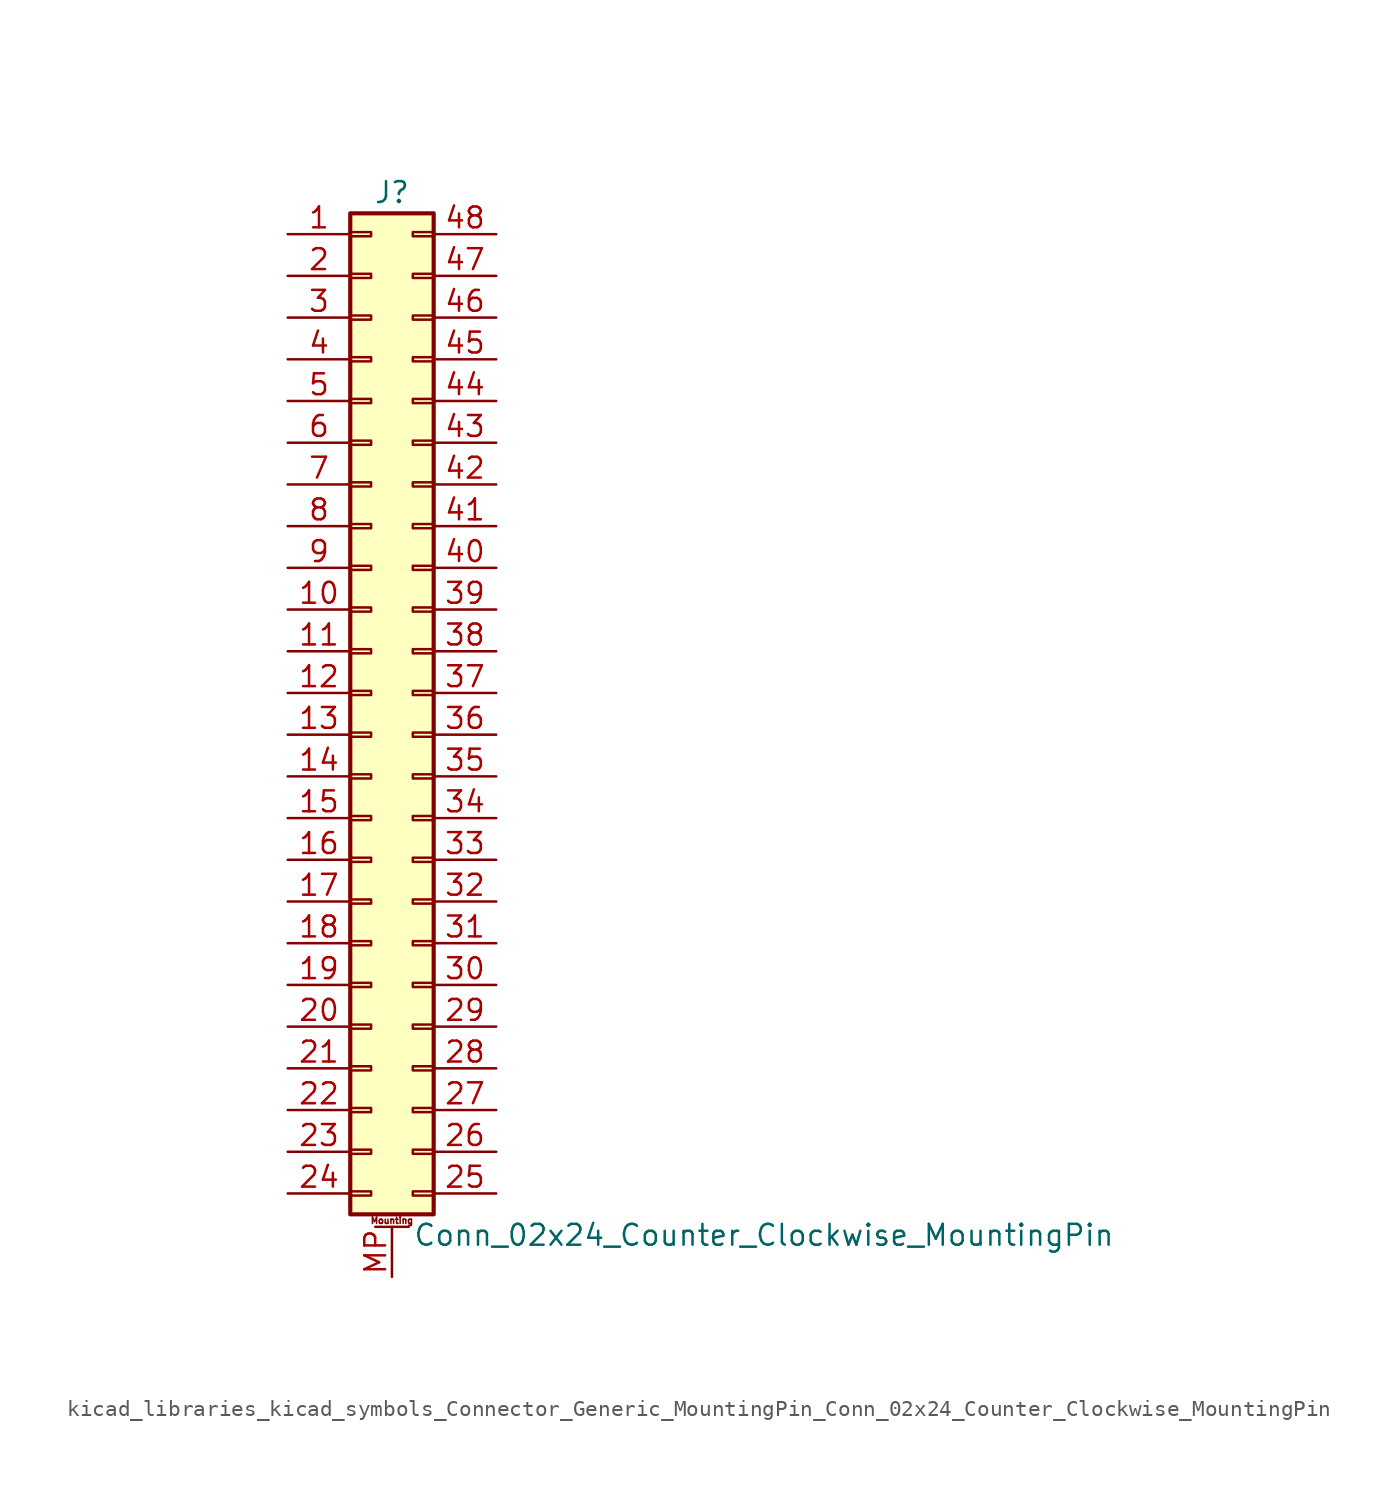
<source format=kicad_sym>
(kicad_symbol_lib
  (version 20220914)
  (generator kicad_symbol_editor)
  (symbol "kicad_libraries_kicad_symbols_Connector_Generic_MountingPin_Conn_02x24_Counter_Clockwise_MountingPin"
    (pin_names
      (offset 1.016) hide)
    (property "Reference" "J"
      (at 1.27 30.48 0)
      (effects (font (size 1.27 1.27))))
    (property "Value" "Conn_02x24_Counter_Clockwise_MountingPin"
      (at 2.54 -33.02 0)
      (effects (font (size 1.27 1.27)) (justify left)))
    (symbol "kicad_libraries_kicad_symbols_Connector_Generic_MountingPin_Conn_02x24_Counter_Clockwise_MountingPin_1_1"
      (rectangle (start -1.27 -30.353) (end 0 -30.607) (stroke (width 0.152) (type default)) (fill (type none)))
      (rectangle (start -1.27 -27.813) (end 0 -28.067) (stroke (width 0.152) (type default)) (fill (type none)))
      (rectangle (start -1.27 -25.273) (end 0 -25.527) (stroke (width 0.152) (type default)) (fill (type none)))
      (rectangle (start -1.27 -22.733) (end 0 -22.987) (stroke (width 0.152) (type default)) (fill (type none)))
      (rectangle (start -1.27 -20.193) (end 0 -20.447) (stroke (width 0.152) (type default)) (fill (type none)))
      (rectangle (start -1.27 -17.653) (end 0 -17.907) (stroke (width 0.152) (type default)) (fill (type none)))
      (rectangle (start -1.27 -15.113) (end 0 -15.367) (stroke (width 0.152) (type default)) (fill (type none)))
      (rectangle (start -1.27 -12.573) (end 0 -12.827) (stroke (width 0.152) (type default)) (fill (type none)))
      (rectangle (start -1.27 -10.033) (end 0 -10.287) (stroke (width 0.152) (type default)) (fill (type none)))
      (rectangle (start -1.27 -7.493) (end 0 -7.747) (stroke (width 0.152) (type default)) (fill (type none)))
      (rectangle (start -1.27 -4.953) (end 0 -5.207) (stroke (width 0.152) (type default)) (fill (type none)))
      (rectangle (start -1.27 -2.413) (end 0 -2.667) (stroke (width 0.152) (type default)) (fill (type none)))
      (rectangle (start -1.27 0.127) (end 0 -0.127) (stroke (width 0.152) (type default)) (fill (type none)))
      (rectangle (start -1.27 2.667) (end 0 2.413) (stroke (width 0.152) (type default)) (fill (type none)))
      (rectangle (start -1.27 5.207) (end 0 4.953) (stroke (width 0.152) (type default)) (fill (type none)))
      (rectangle (start -1.27 7.747) (end 0 7.493) (stroke (width 0.152) (type default)) (fill (type none)))
      (rectangle (start -1.27 10.287) (end 0 10.033) (stroke (width 0.152) (type default)) (fill (type none)))
      (rectangle (start -1.27 12.827) (end 0 12.573) (stroke (width 0.152) (type default)) (fill (type none)))
      (rectangle (start -1.27 15.367) (end 0 15.113) (stroke (width 0.152) (type default)) (fill (type none)))
      (rectangle (start -1.27 17.907) (end 0 17.653) (stroke (width 0.152) (type default)) (fill (type none)))
      (rectangle (start -1.27 20.447) (end 0 20.193) (stroke (width 0.152) (type default)) (fill (type none)))
      (rectangle (start -1.27 22.987) (end 0 22.733) (stroke (width 0.152) (type default)) (fill (type none)))
      (rectangle (start -1.27 25.527) (end 0 25.273) (stroke (width 0.152) (type default)) (fill (type none)))
      (rectangle (start -1.27 28.067) (end 0 27.813) (stroke (width 0.152) (type default)) (fill (type none)))
      (rectangle (start -1.27 29.21) (end 3.81 -31.75) (stroke (width 0.254) (type default)) (fill (type background)))
      (polyline (pts (xy 0.254 -32.512) (xy 2.286 -32.512)) (stroke (width 0.152) (type default)) (fill (type none)))
      (rectangle (start 3.81 -30.353) (end 2.54 -30.607) (stroke (width 0.152) (type default)) (fill (type none)))
      (rectangle (start 3.81 -27.813) (end 2.54 -28.067) (stroke (width 0.152) (type default)) (fill (type none)))
      (rectangle (start 3.81 -25.273) (end 2.54 -25.527) (stroke (width 0.152) (type default)) (fill (type none)))
      (rectangle (start 3.81 -22.733) (end 2.54 -22.987) (stroke (width 0.152) (type default)) (fill (type none)))
      (rectangle (start 3.81 -20.193) (end 2.54 -20.447) (stroke (width 0.152) (type default)) (fill (type none)))
      (rectangle (start 3.81 -17.653) (end 2.54 -17.907) (stroke (width 0.152) (type default)) (fill (type none)))
      (rectangle (start 3.81 -15.113) (end 2.54 -15.367) (stroke (width 0.152) (type default)) (fill (type none)))
      (rectangle (start 3.81 -12.573) (end 2.54 -12.827) (stroke (width 0.152) (type default)) (fill (type none)))
      (rectangle (start 3.81 -10.033) (end 2.54 -10.287) (stroke (width 0.152) (type default)) (fill (type none)))
      (rectangle (start 3.81 -7.493) (end 2.54 -7.747) (stroke (width 0.152) (type default)) (fill (type none)))
      (rectangle (start 3.81 -4.953) (end 2.54 -5.207) (stroke (width 0.152) (type default)) (fill (type none)))
      (rectangle (start 3.81 -2.413) (end 2.54 -2.667) (stroke (width 0.152) (type default)) (fill (type none)))
      (rectangle (start 3.81 0.127) (end 2.54 -0.127) (stroke (width 0.152) (type default)) (fill (type none)))
      (rectangle (start 3.81 2.667) (end 2.54 2.413) (stroke (width 0.152) (type default)) (fill (type none)))
      (rectangle (start 3.81 5.207) (end 2.54 4.953) (stroke (width 0.152) (type default)) (fill (type none)))
      (rectangle (start 3.81 7.747) (end 2.54 7.493) (stroke (width 0.152) (type default)) (fill (type none)))
      (rectangle (start 3.81 10.287) (end 2.54 10.033) (stroke (width 0.152) (type default)) (fill (type none)))
      (rectangle (start 3.81 12.827) (end 2.54 12.573) (stroke (width 0.152) (type default)) (fill (type none)))
      (rectangle (start 3.81 15.367) (end 2.54 15.113) (stroke (width 0.152) (type default)) (fill (type none)))
      (rectangle (start 3.81 17.907) (end 2.54 17.653) (stroke (width 0.152) (type default)) (fill (type none)))
      (rectangle (start 3.81 20.447) (end 2.54 20.193) (stroke (width 0.152) (type default)) (fill (type none)))
      (rectangle (start 3.81 22.987) (end 2.54 22.733) (stroke (width 0.152) (type default)) (fill (type none)))
      (rectangle (start 3.81 25.527) (end 2.54 25.273) (stroke (width 0.152) (type default)) (fill (type none)))
      (rectangle (start 3.81 28.067) (end 2.54 27.813) (stroke (width 0.152) (type default)) (fill (type none)))
      (text "Mounting" (at 1.27 -32.131 0) (effects (font (size 0.381 0.381))))
      (pin passive line (at -5.08 27.94 0) (length 3.81) (name "Pin_1" (effects (font (size 1.27 1.27)))) (number "1" (effects (font (size 1.27 1.27)))))
      (pin passive line (at -5.08 5.08 0) (length 3.81) (name "Pin_10" (effects (font (size 1.27 1.27)))) (number "10" (effects (font (size 1.27 1.27)))))
      (pin passive line (at -5.08 2.54 0) (length 3.81) (name "Pin_11" (effects (font (size 1.27 1.27)))) (number "11" (effects (font (size 1.27 1.27)))))
      (pin passive line (at -5.08 0 0) (length 3.81) (name "Pin_12" (effects (font (size 1.27 1.27)))) (number "12" (effects (font (size 1.27 1.27)))))
      (pin passive line (at -5.08 -2.54 0) (length 3.81) (name "Pin_13" (effects (font (size 1.27 1.27)))) (number "13" (effects (font (size 1.27 1.27)))))
      (pin passive line (at -5.08 -5.08 0) (length 3.81) (name "Pin_14" (effects (font (size 1.27 1.27)))) (number "14" (effects (font (size 1.27 1.27)))))
      (pin passive line (at -5.08 -7.62 0) (length 3.81) (name "Pin_15" (effects (font (size 1.27 1.27)))) (number "15" (effects (font (size 1.27 1.27)))))
      (pin passive line (at -5.08 -10.16 0) (length 3.81) (name "Pin_16" (effects (font (size 1.27 1.27)))) (number "16" (effects (font (size 1.27 1.27)))))
      (pin passive line (at -5.08 -12.7 0) (length 3.81) (name "Pin_17" (effects (font (size 1.27 1.27)))) (number "17" (effects (font (size 1.27 1.27)))))
      (pin passive line (at -5.08 -15.24 0) (length 3.81) (name "Pin_18" (effects (font (size 1.27 1.27)))) (number "18" (effects (font (size 1.27 1.27)))))
      (pin passive line (at -5.08 -17.78 0) (length 3.81) (name "Pin_19" (effects (font (size 1.27 1.27)))) (number "19" (effects (font (size 1.27 1.27)))))
      (pin passive line (at -5.08 25.4 0) (length 3.81) (name "Pin_2" (effects (font (size 1.27 1.27)))) (number "2" (effects (font (size 1.27 1.27)))))
      (pin passive line (at -5.08 -20.32 0) (length 3.81) (name "Pin_20" (effects (font (size 1.27 1.27)))) (number "20" (effects (font (size 1.27 1.27)))))
      (pin passive line (at -5.08 -22.86 0) (length 3.81) (name "Pin_21" (effects (font (size 1.27 1.27)))) (number "21" (effects (font (size 1.27 1.27)))))
      (pin passive line (at -5.08 -25.4 0) (length 3.81) (name "Pin_22" (effects (font (size 1.27 1.27)))) (number "22" (effects (font (size 1.27 1.27)))))
      (pin passive line (at -5.08 -27.94 0) (length 3.81) (name "Pin_23" (effects (font (size 1.27 1.27)))) (number "23" (effects (font (size 1.27 1.27)))))
      (pin passive line (at -5.08 -30.48 0) (length 3.81) (name "Pin_24" (effects (font (size 1.27 1.27)))) (number "24" (effects (font (size 1.27 1.27)))))
      (pin passive line (at 7.62 -30.48 180) (length 3.81) (name "Pin_25" (effects (font (size 1.27 1.27)))) (number "25" (effects (font (size 1.27 1.27)))))
      (pin passive line (at 7.62 -27.94 180) (length 3.81) (name "Pin_26" (effects (font (size 1.27 1.27)))) (number "26" (effects (font (size 1.27 1.27)))))
      (pin passive line (at 7.62 -25.4 180) (length 3.81) (name "Pin_27" (effects (font (size 1.27 1.27)))) (number "27" (effects (font (size 1.27 1.27)))))
      (pin passive line (at 7.62 -22.86 180) (length 3.81) (name "Pin_28" (effects (font (size 1.27 1.27)))) (number "28" (effects (font (size 1.27 1.27)))))
      (pin passive line (at 7.62 -20.32 180) (length 3.81) (name "Pin_29" (effects (font (size 1.27 1.27)))) (number "29" (effects (font (size 1.27 1.27)))))
      (pin passive line (at -5.08 22.86 0) (length 3.81) (name "Pin_3" (effects (font (size 1.27 1.27)))) (number "3" (effects (font (size 1.27 1.27)))))
      (pin passive line (at 7.62 -17.78 180) (length 3.81) (name "Pin_30" (effects (font (size 1.27 1.27)))) (number "30" (effects (font (size 1.27 1.27)))))
      (pin passive line (at 7.62 -15.24 180) (length 3.81) (name "Pin_31" (effects (font (size 1.27 1.27)))) (number "31" (effects (font (size 1.27 1.27)))))
      (pin passive line (at 7.62 -12.7 180) (length 3.81) (name "Pin_32" (effects (font (size 1.27 1.27)))) (number "32" (effects (font (size 1.27 1.27)))))
      (pin passive line (at 7.62 -10.16 180) (length 3.81) (name "Pin_33" (effects (font (size 1.27 1.27)))) (number "33" (effects (font (size 1.27 1.27)))))
      (pin passive line (at 7.62 -7.62 180) (length 3.81) (name "Pin_34" (effects (font (size 1.27 1.27)))) (number "34" (effects (font (size 1.27 1.27)))))
      (pin passive line (at 7.62 -5.08 180) (length 3.81) (name "Pin_35" (effects (font (size 1.27 1.27)))) (number "35" (effects (font (size 1.27 1.27)))))
      (pin passive line (at 7.62 -2.54 180) (length 3.81) (name "Pin_36" (effects (font (size 1.27 1.27)))) (number "36" (effects (font (size 1.27 1.27)))))
      (pin passive line (at 7.62 0 180) (length 3.81) (name "Pin_37" (effects (font (size 1.27 1.27)))) (number "37" (effects (font (size 1.27 1.27)))))
      (pin passive line (at 7.62 2.54 180) (length 3.81) (name "Pin_38" (effects (font (size 1.27 1.27)))) (number "38" (effects (font (size 1.27 1.27)))))
      (pin passive line (at 7.62 5.08 180) (length 3.81) (name "Pin_39" (effects (font (size 1.27 1.27)))) (number "39" (effects (font (size 1.27 1.27)))))
      (pin passive line (at -5.08 20.32 0) (length 3.81) (name "Pin_4" (effects (font (size 1.27 1.27)))) (number "4" (effects (font (size 1.27 1.27)))))
      (pin passive line (at 7.62 7.62 180) (length 3.81) (name "Pin_40" (effects (font (size 1.27 1.27)))) (number "40" (effects (font (size 1.27 1.27)))))
      (pin passive line (at 7.62 10.16 180) (length 3.81) (name "Pin_41" (effects (font (size 1.27 1.27)))) (number "41" (effects (font (size 1.27 1.27)))))
      (pin passive line (at 7.62 12.7 180) (length 3.81) (name "Pin_42" (effects (font (size 1.27 1.27)))) (number "42" (effects (font (size 1.27 1.27)))))
      (pin passive line (at 7.62 15.24 180) (length 3.81) (name "Pin_43" (effects (font (size 1.27 1.27)))) (number "43" (effects (font (size 1.27 1.27)))))
      (pin passive line (at 7.62 17.78 180) (length 3.81) (name "Pin_44" (effects (font (size 1.27 1.27)))) (number "44" (effects (font (size 1.27 1.27)))))
      (pin passive line (at 7.62 20.32 180) (length 3.81) (name "Pin_45" (effects (font (size 1.27 1.27)))) (number "45" (effects (font (size 1.27 1.27)))))
      (pin passive line (at 7.62 22.86 180) (length 3.81) (name "Pin_46" (effects (font (size 1.27 1.27)))) (number "46" (effects (font (size 1.27 1.27)))))
      (pin passive line (at 7.62 25.4 180) (length 3.81) (name "Pin_47" (effects (font (size 1.27 1.27)))) (number "47" (effects (font (size 1.27 1.27)))))
      (pin passive line (at 7.62 27.94 180) (length 3.81) (name "Pin_48" (effects (font (size 1.27 1.27)))) (number "48" (effects (font (size 1.27 1.27)))))
      (pin passive line (at -5.08 17.78 0) (length 3.81) (name "Pin_5" (effects (font (size 1.27 1.27)))) (number "5" (effects (font (size 1.27 1.27)))))
      (pin passive line (at -5.08 15.24 0) (length 3.81) (name "Pin_6" (effects (font (size 1.27 1.27)))) (number "6" (effects (font (size 1.27 1.27)))))
      (pin passive line (at -5.08 12.7 0) (length 3.81) (name "Pin_7" (effects (font (size 1.27 1.27)))) (number "7" (effects (font (size 1.27 1.27)))))
      (pin passive line (at -5.08 10.16 0) (length 3.81) (name "Pin_8" (effects (font (size 1.27 1.27)))) (number "8" (effects (font (size 1.27 1.27)))))
      (pin passive line (at -5.08 7.62 0) (length 3.81) (name "Pin_9" (effects (font (size 1.27 1.27)))) (number "9" (effects (font (size 1.27 1.27)))))
      (pin passive line (at 1.27 -35.56 90) (length 3.048) (name "MountPin" (effects (font (size 1.27 1.27)))) (number "MP" (effects (font (size 1.27 1.27))))))))
</source>
